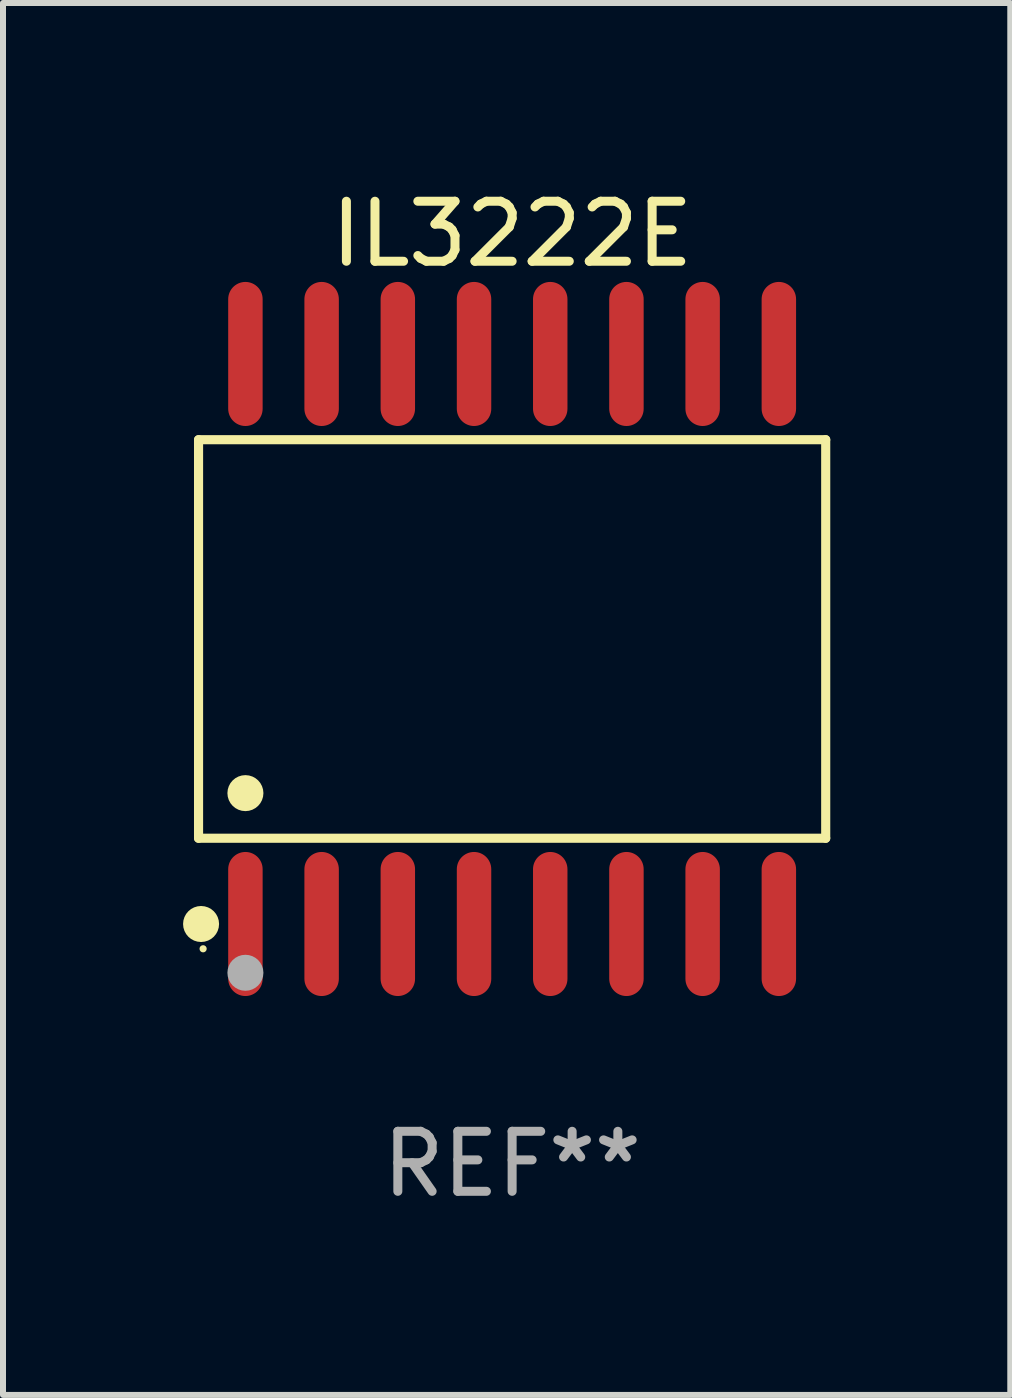
<source format=kicad_pcb>
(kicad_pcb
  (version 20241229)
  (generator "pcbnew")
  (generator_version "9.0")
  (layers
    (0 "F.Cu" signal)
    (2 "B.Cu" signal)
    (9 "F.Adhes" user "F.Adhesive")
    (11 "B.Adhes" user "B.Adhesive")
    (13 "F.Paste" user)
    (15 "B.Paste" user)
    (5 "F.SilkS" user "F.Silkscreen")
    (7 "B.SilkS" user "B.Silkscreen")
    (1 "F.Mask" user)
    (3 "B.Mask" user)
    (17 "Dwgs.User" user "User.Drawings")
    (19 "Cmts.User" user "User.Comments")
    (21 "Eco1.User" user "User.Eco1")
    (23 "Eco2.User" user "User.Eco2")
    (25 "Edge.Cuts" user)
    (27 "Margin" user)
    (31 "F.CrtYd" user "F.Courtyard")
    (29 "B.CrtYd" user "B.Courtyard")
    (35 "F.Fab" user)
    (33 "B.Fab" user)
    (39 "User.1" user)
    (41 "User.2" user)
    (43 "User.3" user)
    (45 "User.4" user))
  (footprint "IL3222E"
    (layer "F.Cu")
    (at 5.485 7.599)
    (property "Reference" "IL3222E" (at 0 -6.75 0) (layer "F.SilkS") (effects (font (size 1 1) (thickness 0.15))))
    (attr through_hole)
    (fp_line (start -5.226 -3.321) (end 5.226 -3.321) (stroke (width 0.152) (type solid)) (layer "F.SilkS"))
    (fp_line (start -5.226 3.321) (end -5.226 -3.321) (stroke (width 0.152) (type solid)) (layer "F.SilkS"))
    (fp_line (start 5.226 -3.321) (end 5.226 3.321) (stroke (width 0.152) (type solid)) (layer "F.SilkS"))
    (fp_line (start 5.226 3.321) (end -5.226 3.321) (stroke (width 0.152) (type solid)) (layer "F.SilkS"))
    (fp_circle (center -5.184 4.75) (end -5.034 4.75) (stroke (width 0.3) (type solid)) (fill no) (layer "F.SilkS"))
    (fp_circle (center -5.15 5.163) (end -5.12 5.163) (stroke (width 0.06) (type solid)) (fill no) (layer "F.SilkS"))
    (fp_circle (center -4.445 2.569) (end -4.295 2.569) (stroke (width 0.3) (type solid)) (fill no) (layer "F.SilkS"))
    (fp_circle (center -4.445 5.563) (end -4.295 5.563) (stroke (width 0.3) (type solid)) (fill no) (layer "F.Fab"))
    (fp_text user "REF**" (at 0 8.75 0) (layer "F.Fab") (effects (font (size 1 1) (thickness 0.15))))
    (pad "1" smd oval (at -4.445 4.75) (size 0.574 2.401) (layers "F.Cu" "F.Mask" "F.Paste"))
    (pad "2" smd oval (at -3.175 4.75) (size 0.574 2.401) (layers "F.Cu" "F.Mask" "F.Paste"))
    (pad "3" smd oval (at -1.905 4.75) (size 0.574 2.401) (layers "F.Cu" "F.Mask" "F.Paste"))
    (pad "4" smd oval (at -0.635 4.75) (size 0.574 2.401) (layers "F.Cu" "F.Mask" "F.Paste"))
    (pad "5" smd oval (at 0.635 4.75) (size 0.574 2.401) (layers "F.Cu" "F.Mask" "F.Paste"))
    (pad "6" smd oval (at 1.905 4.75) (size 0.574 2.401) (layers "F.Cu" "F.Mask" "F.Paste"))
    (pad "7" smd oval (at 3.175 4.75) (size 0.574 2.401) (layers "F.Cu" "F.Mask" "F.Paste"))
    (pad "8" smd oval (at 4.445 4.75) (size 0.574 2.401) (layers "F.Cu" "F.Mask" "F.Paste"))
    (pad "9" smd oval (at 4.445 -4.75) (size 0.574 2.401) (layers "F.Cu" "F.Mask" "F.Paste"))
    (pad "10" smd oval (at 3.175 -4.75) (size 0.574 2.401) (layers "F.Cu" "F.Mask" "F.Paste"))
    (pad "11" smd oval (at 1.905 -4.75) (size 0.574 2.401) (layers "F.Cu" "F.Mask" "F.Paste"))
    (pad "12" smd oval (at 0.635 -4.75) (size 0.574 2.401) (layers "F.Cu" "F.Mask" "F.Paste"))
    (pad "13" smd oval (at -0.635 -4.75) (size 0.574 2.401) (layers "F.Cu" "F.Mask" "F.Paste"))
    (pad "14" smd oval (at -1.905 -4.75) (size 0.574 2.401) (layers "F.Cu" "F.Mask" "F.Paste"))
    (pad "15" smd oval (at -3.175 -4.75) (size 0.574 2.401) (layers "F.Cu" "F.Mask" "F.Paste"))
    (pad "16" smd oval (at -4.445 -4.75) (size 0.574 2.401) (layers "F.Cu" "F.Mask" "F.Paste")))
  (gr_rect
    (start -3 -3)
    (end 13.787 20.197)
    (stroke (width 0.1) (type default))
    (fill no)
    (layer "Edge.Cuts")))
</source>
